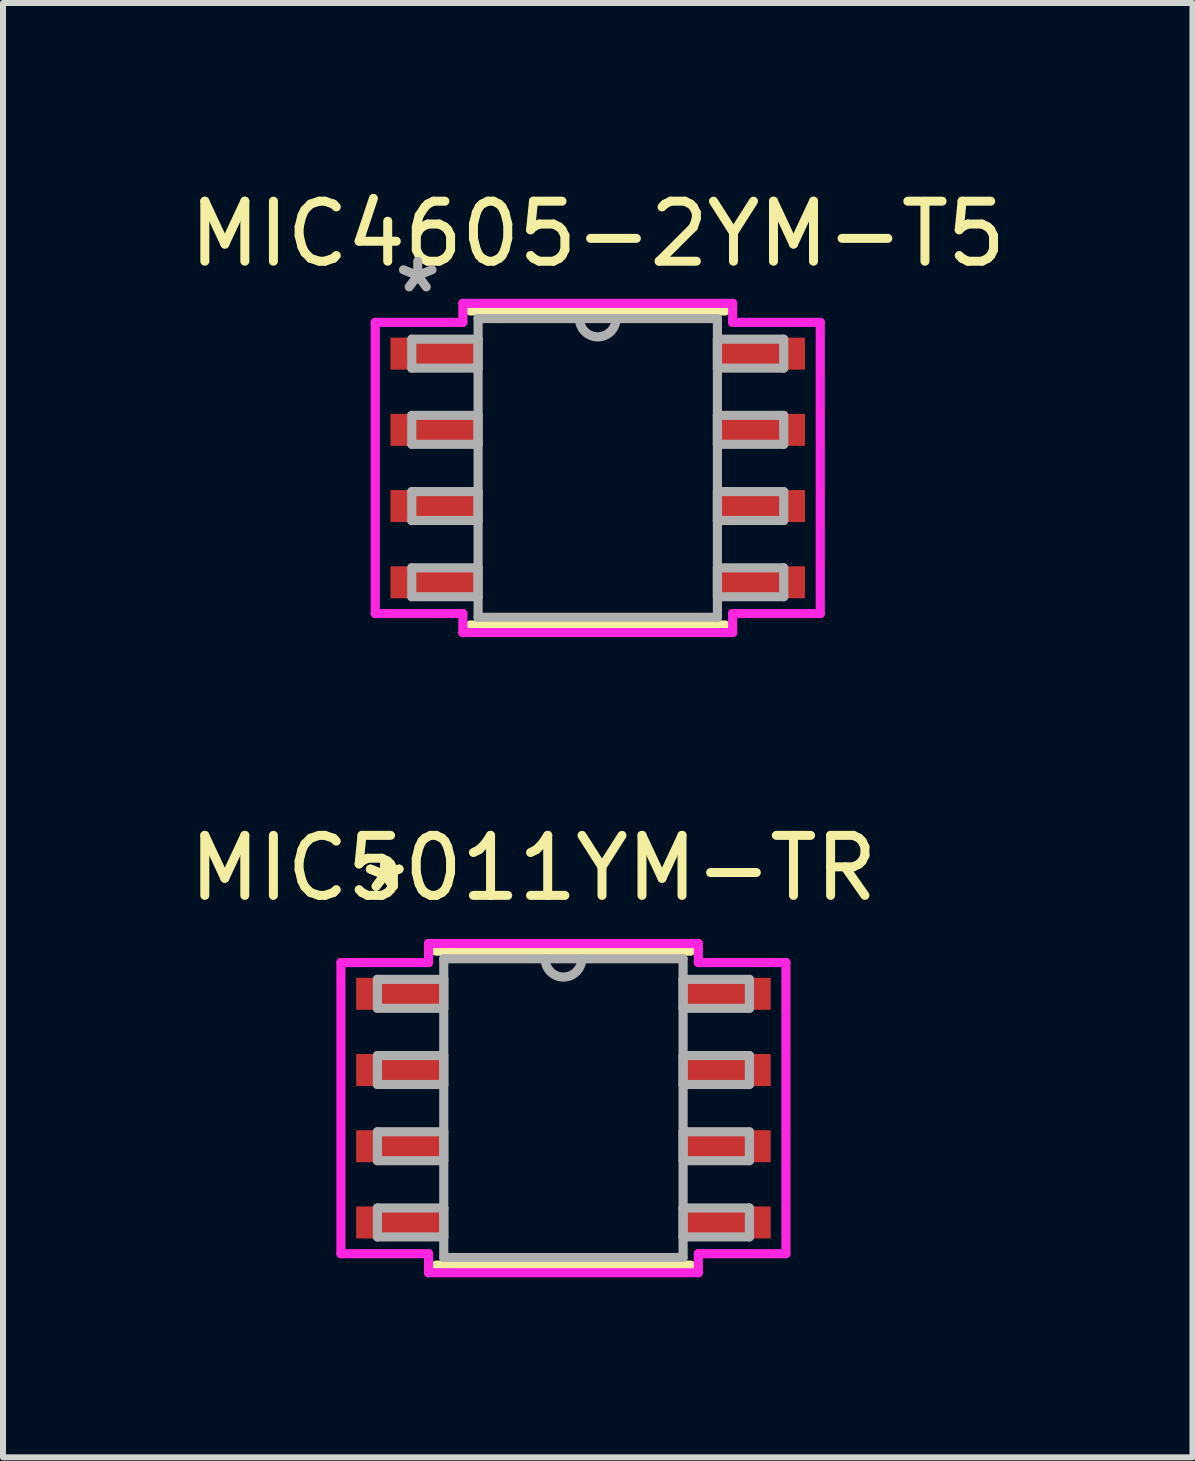
<source format=kicad_pcb>
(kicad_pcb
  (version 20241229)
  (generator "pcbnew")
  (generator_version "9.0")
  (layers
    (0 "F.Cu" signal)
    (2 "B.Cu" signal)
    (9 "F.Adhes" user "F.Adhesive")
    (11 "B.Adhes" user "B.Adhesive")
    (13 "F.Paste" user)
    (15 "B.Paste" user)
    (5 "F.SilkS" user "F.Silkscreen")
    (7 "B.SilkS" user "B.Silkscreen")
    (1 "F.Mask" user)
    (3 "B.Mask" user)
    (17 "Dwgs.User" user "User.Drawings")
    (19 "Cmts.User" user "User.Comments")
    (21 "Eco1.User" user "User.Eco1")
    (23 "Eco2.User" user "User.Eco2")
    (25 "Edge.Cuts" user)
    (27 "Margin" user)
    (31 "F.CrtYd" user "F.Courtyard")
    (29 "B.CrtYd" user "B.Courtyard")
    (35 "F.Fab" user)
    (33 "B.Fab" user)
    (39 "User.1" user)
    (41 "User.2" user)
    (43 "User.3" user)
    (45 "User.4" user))
  (footprint "MIC4605-2YM-T5"
    (layer "F.Cu")
    (at 6.911 4.748)
    (property "Reference" "MIC4605-2YM-T5" (at 0 -3.9 0) (layer "F.SilkS") (effects (font (size 1 1) (thickness 0.15))))
    (attr through_hole)
    (fp_line (start -2.121 2.616) (end 2.121 2.616) (stroke (width 0.152) (type solid)) (layer "F.SilkS"))
    (fp_line (start 2.121 -2.616) (end -2.121 -2.616) (stroke (width 0.152) (type solid)) (layer "F.SilkS"))
    (fp_line (start -3.708 -2.426) (end -2.248 -2.426) (stroke (width 0.152) (type solid)) (layer "F.CrtYd"))
    (fp_line (start -3.708 2.426) (end -3.708 -2.426) (stroke (width 0.152) (type solid)) (layer "F.CrtYd"))
    (fp_line (start -2.248 -2.743) (end 2.248 -2.743) (stroke (width 0.152) (type solid)) (layer "F.CrtYd"))
    (fp_line (start -2.248 -2.426) (end -2.248 -2.743) (stroke (width 0.152) (type solid)) (layer "F.CrtYd"))
    (fp_line (start -2.248 2.426) (end -3.708 2.426) (stroke (width 0.152) (type solid)) (layer "F.CrtYd"))
    (fp_line (start -2.248 2.743) (end -2.248 2.426) (stroke (width 0.152) (type solid)) (layer "F.CrtYd"))
    (fp_line (start 2.248 -2.743) (end 2.248 -2.426) (stroke (width 0.152) (type solid)) (layer "F.CrtYd"))
    (fp_line (start 2.248 -2.426) (end 3.708 -2.426) (stroke (width 0.152) (type solid)) (layer "F.CrtYd"))
    (fp_line (start 2.248 2.426) (end 2.248 2.743) (stroke (width 0.152) (type solid)) (layer "F.CrtYd"))
    (fp_line (start 2.248 2.743) (end -2.248 2.743) (stroke (width 0.152) (type solid)) (layer "F.CrtYd"))
    (fp_line (start 3.708 -2.426) (end 3.708 2.426) (stroke (width 0.152) (type solid)) (layer "F.CrtYd"))
    (fp_line (start 3.708 2.426) (end 2.248 2.426) (stroke (width 0.152) (type solid)) (layer "F.CrtYd"))
    (fp_line (start -3.099 -2.146) (end -3.099 -1.664) (stroke (width 0.152) (type solid)) (layer "F.Fab"))
    (fp_line (start -3.099 -1.664) (end -1.994 -1.664) (stroke (width 0.152) (type solid)) (layer "F.Fab"))
    (fp_line (start -3.099 -0.876) (end -3.099 -0.394) (stroke (width 0.152) (type solid)) (layer "F.Fab"))
    (fp_line (start -3.099 -0.394) (end -1.994 -0.394) (stroke (width 0.152) (type solid)) (layer "F.Fab"))
    (fp_line (start -3.099 0.394) (end -3.099 0.876) (stroke (width 0.152) (type solid)) (layer "F.Fab"))
    (fp_line (start -3.099 0.876) (end -1.994 0.876) (stroke (width 0.152) (type solid)) (layer "F.Fab"))
    (fp_line (start -3.099 1.664) (end -3.099 2.146) (stroke (width 0.152) (type solid)) (layer "F.Fab"))
    (fp_line (start -3.099 2.146) (end -1.994 2.146) (stroke (width 0.152) (type solid)) (layer "F.Fab"))
    (fp_line (start -1.994 -2.489) (end -1.994 2.489) (stroke (width 0.152) (type solid)) (layer "F.Fab"))
    (fp_line (start -1.994 -2.146) (end -3.099 -2.146) (stroke (width 0.152) (type solid)) (layer "F.Fab"))
    (fp_line (start -1.994 -1.664) (end -1.994 -2.146) (stroke (width 0.152) (type solid)) (layer "F.Fab"))
    (fp_line (start -1.994 -0.876) (end -3.099 -0.876) (stroke (width 0.152) (type solid)) (layer "F.Fab"))
    (fp_line (start -1.994 -0.394) (end -1.994 -0.876) (stroke (width 0.152) (type solid)) (layer "F.Fab"))
    (fp_line (start -1.994 0.394) (end -3.099 0.394) (stroke (width 0.152) (type solid)) (layer "F.Fab"))
    (fp_line (start -1.994 0.876) (end -1.994 0.394) (stroke (width 0.152) (type solid)) (layer "F.Fab"))
    (fp_line (start -1.994 1.664) (end -3.099 1.664) (stroke (width 0.152) (type solid)) (layer "F.Fab"))
    (fp_line (start -1.994 2.146) (end -1.994 1.664) (stroke (width 0.152) (type solid)) (layer "F.Fab"))
    (fp_line (start -1.994 2.489) (end 1.994 2.489) (stroke (width 0.152) (type solid)) (layer "F.Fab"))
    (fp_line (start 1.994 -2.489) (end -1.994 -2.489) (stroke (width 0.152) (type solid)) (layer "F.Fab"))
    (fp_line (start 1.994 -2.146) (end 1.994 -1.664) (stroke (width 0.152) (type solid)) (layer "F.Fab"))
    (fp_line (start 1.994 -1.664) (end 3.099 -1.664) (stroke (width 0.152) (type solid)) (layer "F.Fab"))
    (fp_line (start 1.994 -0.876) (end 1.994 -0.394) (stroke (width 0.152) (type solid)) (layer "F.Fab"))
    (fp_line (start 1.994 -0.394) (end 3.099 -0.394) (stroke (width 0.152) (type solid)) (layer "F.Fab"))
    (fp_line (start 1.994 0.394) (end 1.994 0.876) (stroke (width 0.152) (type solid)) (layer "F.Fab"))
    (fp_line (start 1.994 0.876) (end 3.099 0.876) (stroke (width 0.152) (type solid)) (layer "F.Fab"))
    (fp_line (start 1.994 1.664) (end 1.994 2.146) (stroke (width 0.152) (type solid)) (layer "F.Fab"))
    (fp_line (start 1.994 2.146) (end 3.099 2.146) (stroke (width 0.152) (type solid)) (layer "F.Fab"))
    (fp_line (start 1.994 2.489) (end 1.994 -2.489) (stroke (width 0.152) (type solid)) (layer "F.Fab"))
    (fp_line (start 3.099 -2.146) (end 1.994 -2.146) (stroke (width 0.152) (type solid)) (layer "F.Fab"))
    (fp_line (start 3.099 -1.664) (end 3.099 -2.146) (stroke (width 0.152) (type solid)) (layer "F.Fab"))
    (fp_line (start 3.099 -0.876) (end 1.994 -0.876) (stroke (width 0.152) (type solid)) (layer "F.Fab"))
    (fp_line (start 3.099 -0.394) (end 3.099 -0.876) (stroke (width 0.152) (type solid)) (layer "F.Fab"))
    (fp_line (start 3.099 0.394) (end 1.994 0.394) (stroke (width 0.152) (type solid)) (layer "F.Fab"))
    (fp_line (start 3.099 0.876) (end 3.099 0.394) (stroke (width 0.152) (type solid)) (layer "F.Fab"))
    (fp_line (start 3.099 1.664) (end 1.994 1.664) (stroke (width 0.152) (type solid)) (layer "F.Fab"))
    (fp_line (start 3.099 2.146) (end 3.099 1.664) (stroke (width 0.152) (type solid)) (layer "F.Fab"))
    (fp_arc (start 0.3048 -2.4892) (mid 0 -2.1844) (end -0.3048 -2.4892) (stroke (width 0.1524) (type solid)) (layer "F.Fab"))
    (fp_text user "*" (at -3 -2.9 0) (layer "F.Fab") (effects (font (size 1 1) (thickness 0.15))))
    (pad "1" smd rect (at -2.724 -1.905) (size 1.46 0.533) (layers "F.Cu" "F.Mask" "F.Paste"))
    (pad "2" smd rect (at -2.724 -0.635) (size 1.46 0.533) (layers "F.Cu" "F.Mask" "F.Paste"))
    (pad "3" smd rect (at -2.724 0.635) (size 1.46 0.533) (layers "F.Cu" "F.Mask" "F.Paste"))
    (pad "4" smd rect (at -2.724 1.905) (size 1.46 0.533) (layers "F.Cu" "F.Mask" "F.Paste"))
    (pad "5" smd rect (at 2.724 1.905) (size 1.46 0.533) (layers "F.Cu" "F.Mask" "F.Paste"))
    (pad "6" smd rect (at 2.724 0.635) (size 1.46 0.533) (layers "F.Cu" "F.Mask" "F.Paste"))
    (pad "7" smd rect (at 2.724 -0.635) (size 1.46 0.533) (layers "F.Cu" "F.Mask" "F.Paste"))
    (pad "8" smd rect (at 2.724 -1.905) (size 1.46 0.533) (layers "F.Cu" "F.Mask" "F.Paste")))
  (footprint "MIC5011YM-TR"
    (layer "F.Cu")
    (at 6.339 15.416)
    (property "Reference" "MIC5011YM-TR" (at -0.5 -4 0) (layer "F.SilkS") (effects (font (size 1 1) (thickness 0.15))))
    (attr through_hole)
    (fp_line (start -2.121 2.616) (end 2.121 2.616) (stroke (width 0.152) (type solid)) (layer "F.SilkS"))
    (fp_line (start 2.121 -2.616) (end -2.121 -2.616) (stroke (width 0.152) (type solid)) (layer "F.SilkS"))
    (fp_line (start -3.708 -2.426) (end -2.248 -2.426) (stroke (width 0.152) (type solid)) (layer "F.CrtYd"))
    (fp_line (start -3.708 2.426) (end -3.708 -2.426) (stroke (width 0.152) (type solid)) (layer "F.CrtYd"))
    (fp_line (start -2.248 -2.743) (end 2.248 -2.743) (stroke (width 0.152) (type solid)) (layer "F.CrtYd"))
    (fp_line (start -2.248 -2.426) (end -2.248 -2.743) (stroke (width 0.152) (type solid)) (layer "F.CrtYd"))
    (fp_line (start -2.248 2.426) (end -3.708 2.426) (stroke (width 0.152) (type solid)) (layer "F.CrtYd"))
    (fp_line (start -2.248 2.743) (end -2.248 2.426) (stroke (width 0.152) (type solid)) (layer "F.CrtYd"))
    (fp_line (start 2.248 -2.743) (end 2.248 -2.426) (stroke (width 0.152) (type solid)) (layer "F.CrtYd"))
    (fp_line (start 2.248 -2.426) (end 3.708 -2.426) (stroke (width 0.152) (type solid)) (layer "F.CrtYd"))
    (fp_line (start 2.248 2.426) (end 2.248 2.743) (stroke (width 0.152) (type solid)) (layer "F.CrtYd"))
    (fp_line (start 2.248 2.743) (end -2.248 2.743) (stroke (width 0.152) (type solid)) (layer "F.CrtYd"))
    (fp_line (start 3.708 -2.426) (end 3.708 2.426) (stroke (width 0.152) (type solid)) (layer "F.CrtYd"))
    (fp_line (start 3.708 2.426) (end 2.248 2.426) (stroke (width 0.152) (type solid)) (layer "F.CrtYd"))
    (fp_line (start -3.099 -2.146) (end -3.099 -1.664) (stroke (width 0.152) (type solid)) (layer "F.Fab"))
    (fp_line (start -3.099 -1.664) (end -1.994 -1.664) (stroke (width 0.152) (type solid)) (layer "F.Fab"))
    (fp_line (start -3.099 -0.876) (end -3.099 -0.394) (stroke (width 0.152) (type solid)) (layer "F.Fab"))
    (fp_line (start -3.099 -0.394) (end -1.994 -0.394) (stroke (width 0.152) (type solid)) (layer "F.Fab"))
    (fp_line (start -3.099 0.394) (end -3.099 0.876) (stroke (width 0.152) (type solid)) (layer "F.Fab"))
    (fp_line (start -3.099 0.876) (end -1.994 0.876) (stroke (width 0.152) (type solid)) (layer "F.Fab"))
    (fp_line (start -3.099 1.664) (end -3.099 2.146) (stroke (width 0.152) (type solid)) (layer "F.Fab"))
    (fp_line (start -3.099 2.146) (end -1.994 2.146) (stroke (width 0.152) (type solid)) (layer "F.Fab"))
    (fp_line (start -1.994 -2.489) (end -1.994 2.489) (stroke (width 0.152) (type solid)) (layer "F.Fab"))
    (fp_line (start -1.994 -2.146) (end -3.099 -2.146) (stroke (width 0.152) (type solid)) (layer "F.Fab"))
    (fp_line (start -1.994 -1.664) (end -1.994 -2.146) (stroke (width 0.152) (type solid)) (layer "F.Fab"))
    (fp_line (start -1.994 -0.876) (end -3.099 -0.876) (stroke (width 0.152) (type solid)) (layer "F.Fab"))
    (fp_line (start -1.994 -0.394) (end -1.994 -0.876) (stroke (width 0.152) (type solid)) (layer "F.Fab"))
    (fp_line (start -1.994 0.394) (end -3.099 0.394) (stroke (width 0.152) (type solid)) (layer "F.Fab"))
    (fp_line (start -1.994 0.876) (end -1.994 0.394) (stroke (width 0.152) (type solid)) (layer "F.Fab"))
    (fp_line (start -1.994 1.664) (end -3.099 1.664) (stroke (width 0.152) (type solid)) (layer "F.Fab"))
    (fp_line (start -1.994 2.146) (end -1.994 1.664) (stroke (width 0.152) (type solid)) (layer "F.Fab"))
    (fp_line (start -1.994 2.489) (end 1.994 2.489) (stroke (width 0.152) (type solid)) (layer "F.Fab"))
    (fp_line (start 1.994 -2.489) (end -1.994 -2.489) (stroke (width 0.152) (type solid)) (layer "F.Fab"))
    (fp_line (start 1.994 -2.146) (end 1.994 -1.664) (stroke (width 0.152) (type solid)) (layer "F.Fab"))
    (fp_line (start 1.994 -1.664) (end 3.099 -1.664) (stroke (width 0.152) (type solid)) (layer "F.Fab"))
    (fp_line (start 1.994 -0.876) (end 1.994 -0.394) (stroke (width 0.152) (type solid)) (layer "F.Fab"))
    (fp_line (start 1.994 -0.394) (end 3.099 -0.394) (stroke (width 0.152) (type solid)) (layer "F.Fab"))
    (fp_line (start 1.994 0.394) (end 1.994 0.876) (stroke (width 0.152) (type solid)) (layer "F.Fab"))
    (fp_line (start 1.994 0.876) (end 3.099 0.876) (stroke (width 0.152) (type solid)) (layer "F.Fab"))
    (fp_line (start 1.994 1.664) (end 1.994 2.146) (stroke (width 0.152) (type solid)) (layer "F.Fab"))
    (fp_line (start 1.994 2.146) (end 3.099 2.146) (stroke (width 0.152) (type solid)) (layer "F.Fab"))
    (fp_line (start 1.994 2.489) (end 1.994 -2.489) (stroke (width 0.152) (type solid)) (layer "F.Fab"))
    (fp_line (start 3.099 -2.146) (end 1.994 -2.146) (stroke (width 0.152) (type solid)) (layer "F.Fab"))
    (fp_line (start 3.099 -1.664) (end 3.099 -2.146) (stroke (width 0.152) (type solid)) (layer "F.Fab"))
    (fp_line (start 3.099 -0.876) (end 1.994 -0.876) (stroke (width 0.152) (type solid)) (layer "F.Fab"))
    (fp_line (start 3.099 -0.394) (end 3.099 -0.876) (stroke (width 0.152) (type solid)) (layer "F.Fab"))
    (fp_line (start 3.099 0.394) (end 1.994 0.394) (stroke (width 0.152) (type solid)) (layer "F.Fab"))
    (fp_line (start 3.099 0.876) (end 3.099 0.394) (stroke (width 0.152) (type solid)) (layer "F.Fab"))
    (fp_line (start 3.099 1.664) (end 1.994 1.664) (stroke (width 0.152) (type solid)) (layer "F.Fab"))
    (fp_line (start 3.099 2.146) (end 3.099 1.664) (stroke (width 0.152) (type solid)) (layer "F.Fab"))
    (fp_arc (start 0.3048 -2.4892) (mid 0 -2.1844) (end -0.3048 -2.4892) (stroke (width 0.1524) (type solid)) (layer "F.Fab"))
    (fp_text user "*" (at -2.978 -3.581 0) (layer "F.SilkS") (effects (font (size 1 1) (thickness 0.15))))
    (fp_text user "*" (at -2.978 -3.581 0) (layer "F.SilkS") (effects (font (size 1 1) (thickness 0.15))))
    (pad "1" smd rect (at -2.724 -1.905) (size 1.46 0.533) (layers "F.Cu" "F.Mask" "F.Paste"))
    (pad "2" smd rect (at -2.724 -0.635) (size 1.46 0.533) (layers "F.Cu" "F.Mask" "F.Paste"))
    (pad "3" smd rect (at -2.724 0.635) (size 1.46 0.533) (layers "F.Cu" "F.Mask" "F.Paste"))
    (pad "4" smd rect (at -2.724 1.905) (size 1.46 0.533) (layers "F.Cu" "F.Mask" "F.Paste"))
    (pad "5" smd rect (at 2.724 1.905) (size 1.46 0.533) (layers "F.Cu" "F.Mask" "F.Paste"))
    (pad "6" smd rect (at 2.724 0.635) (size 1.46 0.533) (layers "F.Cu" "F.Mask" "F.Paste"))
    (pad "7" smd rect (at 2.724 -0.635) (size 1.46 0.533) (layers "F.Cu" "F.Mask" "F.Paste"))
    (pad "8" smd rect (at 2.724 -1.905) (size 1.46 0.533) (layers "F.Cu" "F.Mask" "F.Paste")))
  (gr_rect
    (start -3 -3)
    (end 16.821 21.235)
    (stroke (width 0.1) (type default))
    (fill no)
    (layer "Edge.Cuts")))
</source>
